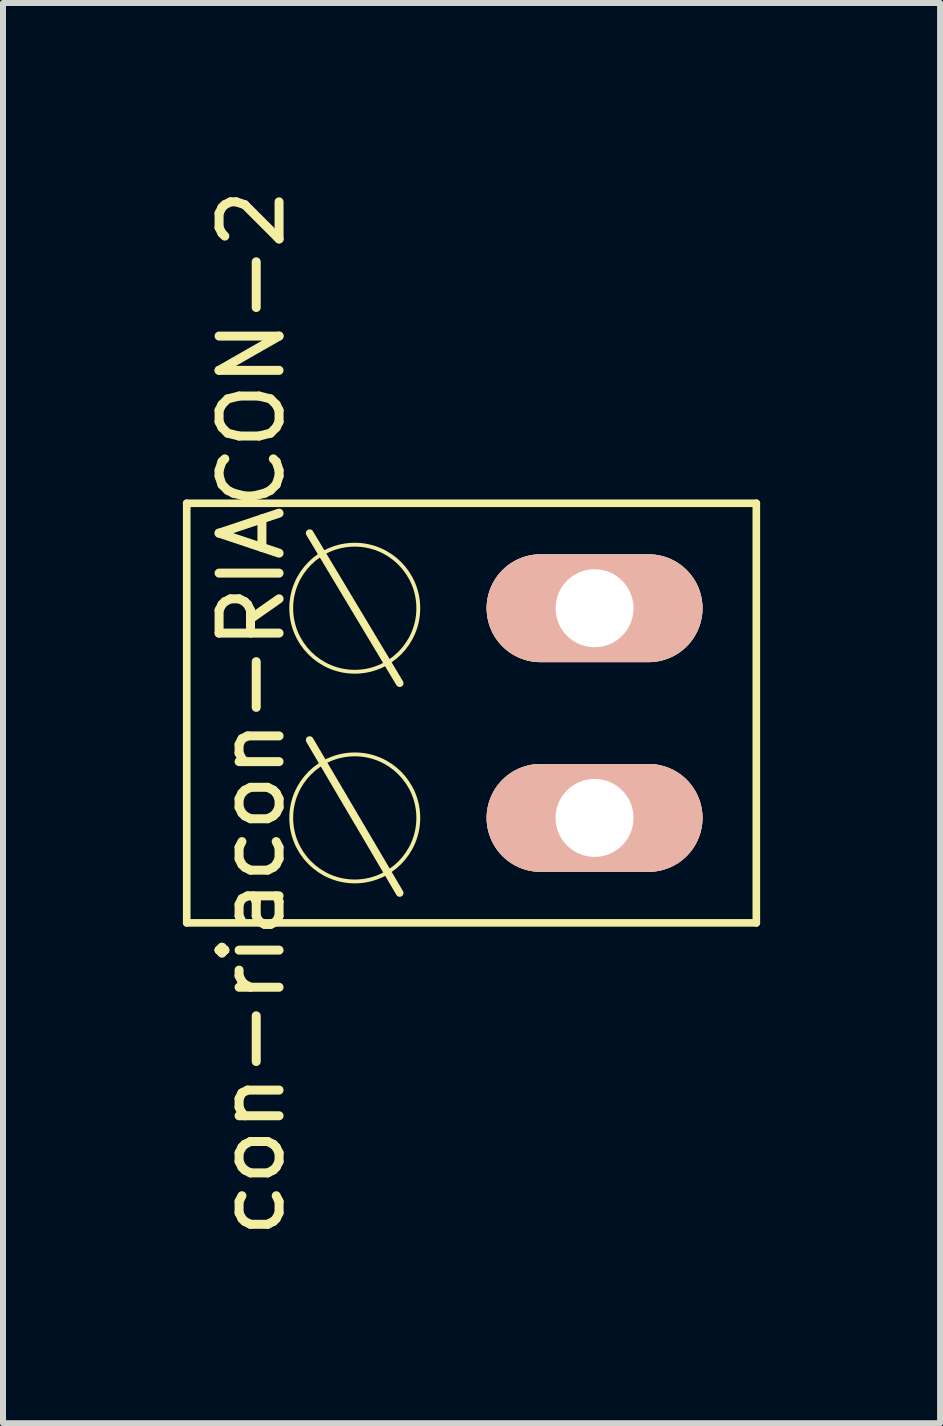
<source format=kicad_pcb>
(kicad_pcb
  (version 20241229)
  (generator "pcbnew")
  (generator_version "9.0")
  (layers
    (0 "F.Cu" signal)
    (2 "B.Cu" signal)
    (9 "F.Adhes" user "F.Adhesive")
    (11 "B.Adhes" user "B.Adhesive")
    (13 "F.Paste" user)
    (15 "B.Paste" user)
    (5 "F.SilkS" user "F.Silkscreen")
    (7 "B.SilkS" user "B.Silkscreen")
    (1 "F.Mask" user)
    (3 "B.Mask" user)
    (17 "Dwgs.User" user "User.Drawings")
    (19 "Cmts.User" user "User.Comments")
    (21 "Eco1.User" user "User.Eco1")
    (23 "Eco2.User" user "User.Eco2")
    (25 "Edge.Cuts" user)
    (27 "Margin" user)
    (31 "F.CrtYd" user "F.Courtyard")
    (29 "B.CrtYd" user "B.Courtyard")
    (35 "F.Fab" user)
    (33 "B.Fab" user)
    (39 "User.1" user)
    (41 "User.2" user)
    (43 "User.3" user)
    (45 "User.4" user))
  (footprint "con-riacon-RIACON-2"
    (layer "F.Cu")
    (at 6.863 8.839)
    (property "Reference" "con-riacon-RIACON-2" (at -5.715 0 90) (layer "F.SilkS") (effects (font (size 1 1) (thickness 0.15))))
    (attr exclude_from_pos_files exclude_from_bom)
    (fp_line (start -6.8 -3.498) (end 2.697 -3.498) (stroke (width 0.127) (type solid)) (layer "F.SilkS"))
    (fp_line (start -6.8 3.498) (end -6.8 -3.498) (stroke (width 0.127) (type solid)) (layer "F.SilkS"))
    (fp_line (start -4.75 -3) (end -3.249 -0.498) (stroke (width 0.127) (type solid)) (layer "F.SilkS"))
    (fp_line (start -4.75 0.45) (end -3.249 3) (stroke (width 0.127) (type solid)) (layer "F.SilkS"))
    (fp_line (start 2.697 -3.498) (end 2.697 3.498) (stroke (width 0.127) (type solid)) (layer "F.SilkS"))
    (fp_line (start 2.697 3.498) (end -6.8 3.498) (stroke (width 0.127) (type solid)) (layer "F.SilkS"))
    (fp_circle (center -3.998 -1.748) (end -4.747 -2.497) (stroke (width 0.064) (type solid)) (fill no) (layer "F.SilkS"))
    (fp_circle (center -3.998 1.748) (end -4.747 2.497) (stroke (width 0.064) (type solid)) (fill no) (layer "F.SilkS"))
    (pad "P$1" thru_hole oval (at 0 -1.748 90) (size 1.798 3.599) (drill 1.3) (layers "*.Cu" "*.Paste" "*.SilkS" "*.Mask"))
    (pad "P$2" thru_hole oval (at 0 1.748 90) (size 1.798 3.599) (drill 1.3) (layers "*.Cu" "*.Paste" "*.SilkS" "*.Mask")))
  (gr_rect
    (start -3 -3)
    (end 12.624 20.679)
    (stroke (width 0.1) (type default))
    (fill no)
    (layer "Edge.Cuts")))
</source>
